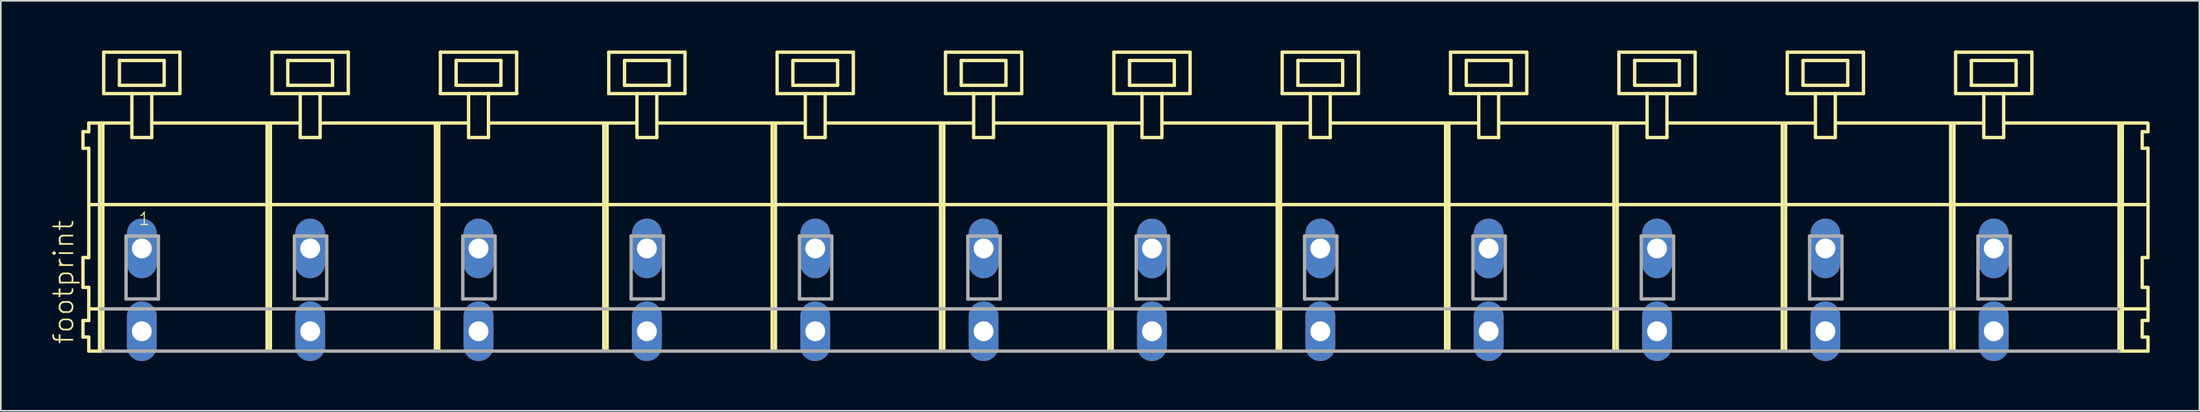
<source format=kicad_pcb>
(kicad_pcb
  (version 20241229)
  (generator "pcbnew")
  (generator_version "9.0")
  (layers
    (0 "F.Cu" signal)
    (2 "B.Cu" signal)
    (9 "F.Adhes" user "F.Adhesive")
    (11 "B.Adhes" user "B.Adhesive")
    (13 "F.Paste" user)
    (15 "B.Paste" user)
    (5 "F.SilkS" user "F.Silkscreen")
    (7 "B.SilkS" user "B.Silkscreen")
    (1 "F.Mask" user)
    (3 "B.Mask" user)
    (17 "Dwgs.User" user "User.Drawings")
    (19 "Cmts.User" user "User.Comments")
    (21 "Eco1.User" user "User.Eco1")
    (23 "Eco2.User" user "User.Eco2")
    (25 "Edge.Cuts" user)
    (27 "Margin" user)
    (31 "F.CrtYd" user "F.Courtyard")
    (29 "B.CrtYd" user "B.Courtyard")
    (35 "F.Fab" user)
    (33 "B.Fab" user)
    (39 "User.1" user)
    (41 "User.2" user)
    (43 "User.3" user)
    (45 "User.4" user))
  (footprint "footprint"
    (layer "F.Cu")
    (at 63.928 11.952)
    (property "Reference" "footprint" (at -62.455 5.855 90) (layer "F.SilkS") (effects (font (size 1.168 1.168) (thickness 0.102)) (justify left bottom)))
    (fp_line (start -61.97 -7.05) (end -61.97 -6.05) (stroke (width 0.203) (type solid)) (layer "F.SilkS"))
    (fp_line (start -61.97 -6.05) (end -61.62 -6.05) (stroke (width 0.203) (type solid)) (layer "F.SilkS"))
    (fp_line (start -61.97 0.55) (end -61.97 2.35) (stroke (width 0.203) (type solid)) (layer "F.SilkS"))
    (fp_line (start -61.97 2.35) (end -61.62 2.35) (stroke (width 0.203) (type solid)) (layer "F.SilkS"))
    (fp_line (start -61.97 4.35) (end -61.97 5.35) (stroke (width 0.203) (type solid)) (layer "F.SilkS"))
    (fp_line (start -61.97 5.35) (end -61.62 5.35) (stroke (width 0.203) (type solid)) (layer "F.SilkS"))
    (fp_line (start -61.62 -7.575) (end -61.62 -7.05) (stroke (width 0.203) (type solid)) (layer "F.SilkS"))
    (fp_line (start -61.62 -7.575) (end -59.045 -7.575) (stroke (width 0.203) (type solid)) (layer "F.SilkS"))
    (fp_line (start -61.62 -7.05) (end -61.97 -7.05) (stroke (width 0.203) (type solid)) (layer "F.SilkS"))
    (fp_line (start -61.62 -6.05) (end -61.62 0.55) (stroke (width 0.203) (type solid)) (layer "F.SilkS"))
    (fp_line (start -61.62 0.55) (end -61.97 0.55) (stroke (width 0.203) (type solid)) (layer "F.SilkS"))
    (fp_line (start -61.62 2.35) (end -61.62 4.35) (stroke (width 0.203) (type solid)) (layer "F.SilkS"))
    (fp_line (start -61.62 3.65) (end -60.92 3.65) (stroke (width 0.203) (type solid)) (layer "F.SilkS"))
    (fp_line (start -61.62 4.35) (end -61.97 4.35) (stroke (width 0.203) (type solid)) (layer "F.SilkS"))
    (fp_line (start -61.62 5.35) (end -61.62 6.2) (stroke (width 0.203) (type solid)) (layer "F.SilkS"))
    (fp_line (start -61.62 6.2) (end -60.97 6.2) (stroke (width 0.203) (type solid)) (layer "F.SilkS"))
    (fp_line (start -61.57 -2.65) (end 62.6 -2.65) (stroke (width 0.203) (type solid)) (layer "F.SilkS"))
    (fp_line (start -60.97 -7.55) (end -60.97 6.2) (stroke (width 0.203) (type solid)) (layer "F.SilkS"))
    (fp_line (start -60.97 6.2) (end -60.77 6.2) (stroke (width 0.203) (type solid)) (layer "F.SilkS"))
    (fp_line (start -60.77 -7.55) (end -60.77 6.2) (stroke (width 0.203) (type solid)) (layer "F.SilkS"))
    (fp_line (start -60.72 -11.85) (end -60.72 -9.35) (stroke (width 0.203) (type solid)) (layer "F.SilkS"))
    (fp_line (start -60.72 -9.35) (end -59.02 -9.35) (stroke (width 0.203) (type solid)) (layer "F.SilkS"))
    (fp_line (start -59.77 -11.35) (end -59.77 -9.85) (stroke (width 0.203) (type solid)) (layer "F.SilkS"))
    (fp_line (start -59.77 -9.85) (end -57.07 -9.85) (stroke (width 0.203) (type solid)) (layer "F.SilkS"))
    (fp_line (start -59.02 -9.35) (end -59.02 -6.7) (stroke (width 0.203) (type solid)) (layer "F.SilkS"))
    (fp_line (start -59.02 -9.35) (end -57.82 -9.35) (stroke (width 0.203) (type solid)) (layer "F.SilkS"))
    (fp_line (start -59.02 -6.7) (end -57.82 -6.7) (stroke (width 0.203) (type solid)) (layer "F.SilkS"))
    (fp_line (start -57.82 -9.35) (end -56.12 -9.35) (stroke (width 0.203) (type solid)) (layer "F.SilkS"))
    (fp_line (start -57.82 -6.7) (end -57.82 -9.35) (stroke (width 0.203) (type solid)) (layer "F.SilkS"))
    (fp_line (start -57.795 -7.575) (end -48.881 -7.575) (stroke (width 0.203) (type solid)) (layer "F.SilkS"))
    (fp_line (start -57.07 -11.35) (end -59.77 -11.35) (stroke (width 0.203) (type solid)) (layer "F.SilkS"))
    (fp_line (start -57.07 -9.85) (end -57.07 -11.35) (stroke (width 0.203) (type solid)) (layer "F.SilkS"))
    (fp_line (start -56.12 -11.85) (end -60.72 -11.85) (stroke (width 0.203) (type solid)) (layer "F.SilkS"))
    (fp_line (start -56.12 -9.35) (end -56.12 -11.85) (stroke (width 0.203) (type solid)) (layer "F.SilkS"))
    (fp_line (start -50.86 -7.55) (end -50.86 6.2) (stroke (width 0.203) (type solid)) (layer "F.SilkS"))
    (fp_line (start -50.66 -7.55) (end -50.66 6.2) (stroke (width 0.203) (type solid)) (layer "F.SilkS"))
    (fp_line (start -50.56 -11.85) (end -50.56 -9.35) (stroke (width 0.203) (type solid)) (layer "F.SilkS"))
    (fp_line (start -50.56 -9.35) (end -48.86 -9.35) (stroke (width 0.203) (type solid)) (layer "F.SilkS"))
    (fp_line (start -49.61 -11.35) (end -49.61 -9.85) (stroke (width 0.203) (type solid)) (layer "F.SilkS"))
    (fp_line (start -49.61 -9.85) (end -46.91 -9.85) (stroke (width 0.203) (type solid)) (layer "F.SilkS"))
    (fp_line (start -48.86 -9.35) (end -48.86 -6.7) (stroke (width 0.203) (type solid)) (layer "F.SilkS"))
    (fp_line (start -48.86 -9.35) (end -47.66 -9.35) (stroke (width 0.203) (type solid)) (layer "F.SilkS"))
    (fp_line (start -48.86 -6.7) (end -47.66 -6.7) (stroke (width 0.203) (type solid)) (layer "F.SilkS"))
    (fp_line (start -47.66 -9.35) (end -45.96 -9.35) (stroke (width 0.203) (type solid)) (layer "F.SilkS"))
    (fp_line (start -47.66 -6.7) (end -47.66 -9.35) (stroke (width 0.203) (type solid)) (layer "F.SilkS"))
    (fp_line (start -47.635 -7.575) (end -38.721 -7.575) (stroke (width 0.203) (type solid)) (layer "F.SilkS"))
    (fp_line (start -46.91 -11.35) (end -49.61 -11.35) (stroke (width 0.203) (type solid)) (layer "F.SilkS"))
    (fp_line (start -46.91 -9.85) (end -46.91 -11.35) (stroke (width 0.203) (type solid)) (layer "F.SilkS"))
    (fp_line (start -45.96 -11.85) (end -50.56 -11.85) (stroke (width 0.203) (type solid)) (layer "F.SilkS"))
    (fp_line (start -45.96 -9.35) (end -45.96 -11.85) (stroke (width 0.203) (type solid)) (layer "F.SilkS"))
    (fp_line (start -40.7 -7.55) (end -40.7 6.2) (stroke (width 0.203) (type solid)) (layer "F.SilkS"))
    (fp_line (start -40.5 -7.55) (end -40.5 6.2) (stroke (width 0.203) (type solid)) (layer "F.SilkS"))
    (fp_line (start -40.4 -11.85) (end -40.4 -9.35) (stroke (width 0.203) (type solid)) (layer "F.SilkS"))
    (fp_line (start -40.4 -9.35) (end -38.7 -9.35) (stroke (width 0.203) (type solid)) (layer "F.SilkS"))
    (fp_line (start -39.45 -11.35) (end -39.45 -9.85) (stroke (width 0.203) (type solid)) (layer "F.SilkS"))
    (fp_line (start -39.45 -9.85) (end -36.75 -9.85) (stroke (width 0.203) (type solid)) (layer "F.SilkS"))
    (fp_line (start -38.7 -9.35) (end -38.7 -6.7) (stroke (width 0.203) (type solid)) (layer "F.SilkS"))
    (fp_line (start -38.7 -9.35) (end -37.5 -9.35) (stroke (width 0.203) (type solid)) (layer "F.SilkS"))
    (fp_line (start -38.7 -6.7) (end -37.5 -6.7) (stroke (width 0.203) (type solid)) (layer "F.SilkS"))
    (fp_line (start -37.5 -9.35) (end -35.8 -9.35) (stroke (width 0.203) (type solid)) (layer "F.SilkS"))
    (fp_line (start -37.5 -6.7) (end -37.5 -9.35) (stroke (width 0.203) (type solid)) (layer "F.SilkS"))
    (fp_line (start -37.475 -7.575) (end -28.561 -7.575) (stroke (width 0.203) (type solid)) (layer "F.SilkS"))
    (fp_line (start -36.75 -11.35) (end -39.45 -11.35) (stroke (width 0.203) (type solid)) (layer "F.SilkS"))
    (fp_line (start -36.75 -9.85) (end -36.75 -11.35) (stroke (width 0.203) (type solid)) (layer "F.SilkS"))
    (fp_line (start -35.8 -11.85) (end -40.4 -11.85) (stroke (width 0.203) (type solid)) (layer "F.SilkS"))
    (fp_line (start -35.8 -9.35) (end -35.8 -11.85) (stroke (width 0.203) (type solid)) (layer "F.SilkS"))
    (fp_line (start -30.54 -7.55) (end -30.54 6.2) (stroke (width 0.203) (type solid)) (layer "F.SilkS"))
    (fp_line (start -30.34 -7.55) (end -30.34 6.2) (stroke (width 0.203) (type solid)) (layer "F.SilkS"))
    (fp_line (start -30.24 -11.85) (end -30.24 -9.35) (stroke (width 0.203) (type solid)) (layer "F.SilkS"))
    (fp_line (start -30.24 -9.35) (end -28.54 -9.35) (stroke (width 0.203) (type solid)) (layer "F.SilkS"))
    (fp_line (start -29.29 -11.35) (end -29.29 -9.85) (stroke (width 0.203) (type solid)) (layer "F.SilkS"))
    (fp_line (start -29.29 -9.85) (end -26.59 -9.85) (stroke (width 0.203) (type solid)) (layer "F.SilkS"))
    (fp_line (start -28.54 -9.35) (end -28.54 -6.7) (stroke (width 0.203) (type solid)) (layer "F.SilkS"))
    (fp_line (start -28.54 -9.35) (end -27.34 -9.35) (stroke (width 0.203) (type solid)) (layer "F.SilkS"))
    (fp_line (start -28.54 -6.7) (end -27.34 -6.7) (stroke (width 0.203) (type solid)) (layer "F.SilkS"))
    (fp_line (start -27.34 -9.35) (end -25.64 -9.35) (stroke (width 0.203) (type solid)) (layer "F.SilkS"))
    (fp_line (start -27.34 -6.7) (end -27.34 -9.35) (stroke (width 0.203) (type solid)) (layer "F.SilkS"))
    (fp_line (start -27.315 -7.575) (end -18.401 -7.575) (stroke (width 0.203) (type solid)) (layer "F.SilkS"))
    (fp_line (start -26.59 -11.35) (end -29.29 -11.35) (stroke (width 0.203) (type solid)) (layer "F.SilkS"))
    (fp_line (start -26.59 -9.85) (end -26.59 -11.35) (stroke (width 0.203) (type solid)) (layer "F.SilkS"))
    (fp_line (start -25.64 -11.85) (end -30.24 -11.85) (stroke (width 0.203) (type solid)) (layer "F.SilkS"))
    (fp_line (start -25.64 -9.35) (end -25.64 -11.85) (stroke (width 0.203) (type solid)) (layer "F.SilkS"))
    (fp_line (start -20.38 -7.55) (end -20.38 6.2) (stroke (width 0.203) (type solid)) (layer "F.SilkS"))
    (fp_line (start -20.18 -7.55) (end -20.18 6.2) (stroke (width 0.203) (type solid)) (layer "F.SilkS"))
    (fp_line (start -20.08 -11.85) (end -20.08 -9.35) (stroke (width 0.203) (type solid)) (layer "F.SilkS"))
    (fp_line (start -20.08 -9.35) (end -18.38 -9.35) (stroke (width 0.203) (type solid)) (layer "F.SilkS"))
    (fp_line (start -19.13 -11.35) (end -19.13 -9.85) (stroke (width 0.203) (type solid)) (layer "F.SilkS"))
    (fp_line (start -19.13 -9.85) (end -16.43 -9.85) (stroke (width 0.203) (type solid)) (layer "F.SilkS"))
    (fp_line (start -18.38 -9.35) (end -18.38 -6.7) (stroke (width 0.203) (type solid)) (layer "F.SilkS"))
    (fp_line (start -18.38 -9.35) (end -17.18 -9.35) (stroke (width 0.203) (type solid)) (layer "F.SilkS"))
    (fp_line (start -18.38 -6.7) (end -17.18 -6.7) (stroke (width 0.203) (type solid)) (layer "F.SilkS"))
    (fp_line (start -17.18 -9.35) (end -15.48 -9.35) (stroke (width 0.203) (type solid)) (layer "F.SilkS"))
    (fp_line (start -17.18 -6.7) (end -17.18 -9.35) (stroke (width 0.203) (type solid)) (layer "F.SilkS"))
    (fp_line (start -17.155 -7.575) (end -8.241 -7.575) (stroke (width 0.203) (type solid)) (layer "F.SilkS"))
    (fp_line (start -16.43 -11.35) (end -19.13 -11.35) (stroke (width 0.203) (type solid)) (layer "F.SilkS"))
    (fp_line (start -16.43 -9.85) (end -16.43 -11.35) (stroke (width 0.203) (type solid)) (layer "F.SilkS"))
    (fp_line (start -15.48 -11.85) (end -20.08 -11.85) (stroke (width 0.203) (type solid)) (layer "F.SilkS"))
    (fp_line (start -15.48 -9.35) (end -15.48 -11.85) (stroke (width 0.203) (type solid)) (layer "F.SilkS"))
    (fp_line (start -10.22 -7.55) (end -10.22 6.2) (stroke (width 0.203) (type solid)) (layer "F.SilkS"))
    (fp_line (start -10.02 -7.55) (end -10.02 6.2) (stroke (width 0.203) (type solid)) (layer "F.SilkS"))
    (fp_line (start -9.92 -11.85) (end -9.92 -9.35) (stroke (width 0.203) (type solid)) (layer "F.SilkS"))
    (fp_line (start -9.92 -9.35) (end -8.22 -9.35) (stroke (width 0.203) (type solid)) (layer "F.SilkS"))
    (fp_line (start -8.97 -11.35) (end -8.97 -9.85) (stroke (width 0.203) (type solid)) (layer "F.SilkS"))
    (fp_line (start -8.97 -9.85) (end -6.27 -9.85) (stroke (width 0.203) (type solid)) (layer "F.SilkS"))
    (fp_line (start -8.22 -9.35) (end -8.22 -6.7) (stroke (width 0.203) (type solid)) (layer "F.SilkS"))
    (fp_line (start -8.22 -9.35) (end -7.02 -9.35) (stroke (width 0.203) (type solid)) (layer "F.SilkS"))
    (fp_line (start -8.22 -6.7) (end -7.02 -6.7) (stroke (width 0.203) (type solid)) (layer "F.SilkS"))
    (fp_line (start -7.02 -9.35) (end -5.32 -9.35) (stroke (width 0.203) (type solid)) (layer "F.SilkS"))
    (fp_line (start -7.02 -6.7) (end -7.02 -9.35) (stroke (width 0.203) (type solid)) (layer "F.SilkS"))
    (fp_line (start -6.995 -7.575) (end 1.919 -7.575) (stroke (width 0.203) (type solid)) (layer "F.SilkS"))
    (fp_line (start -6.27 -11.35) (end -8.97 -11.35) (stroke (width 0.203) (type solid)) (layer "F.SilkS"))
    (fp_line (start -6.27 -9.85) (end -6.27 -11.35) (stroke (width 0.203) (type solid)) (layer "F.SilkS"))
    (fp_line (start -5.32 -11.85) (end -9.92 -11.85) (stroke (width 0.203) (type solid)) (layer "F.SilkS"))
    (fp_line (start -5.32 -9.35) (end -5.32 -11.85) (stroke (width 0.203) (type solid)) (layer "F.SilkS"))
    (fp_line (start -0.06 -7.55) (end -0.06 6.2) (stroke (width 0.203) (type solid)) (layer "F.SilkS"))
    (fp_line (start 0.14 -7.55) (end 0.14 6.2) (stroke (width 0.203) (type solid)) (layer "F.SilkS"))
    (fp_line (start 0.24 -11.85) (end 0.24 -9.35) (stroke (width 0.203) (type solid)) (layer "F.SilkS"))
    (fp_line (start 0.24 -9.35) (end 1.94 -9.35) (stroke (width 0.203) (type solid)) (layer "F.SilkS"))
    (fp_line (start 1.19 -11.35) (end 1.19 -9.85) (stroke (width 0.203) (type solid)) (layer "F.SilkS"))
    (fp_line (start 1.19 -9.85) (end 3.89 -9.85) (stroke (width 0.203) (type solid)) (layer "F.SilkS"))
    (fp_line (start 1.94 -9.35) (end 1.94 -6.7) (stroke (width 0.203) (type solid)) (layer "F.SilkS"))
    (fp_line (start 1.94 -9.35) (end 3.14 -9.35) (stroke (width 0.203) (type solid)) (layer "F.SilkS"))
    (fp_line (start 1.94 -6.7) (end 3.14 -6.7) (stroke (width 0.203) (type solid)) (layer "F.SilkS"))
    (fp_line (start 3.14 -9.35) (end 4.84 -9.35) (stroke (width 0.203) (type solid)) (layer "F.SilkS"))
    (fp_line (start 3.14 -6.7) (end 3.14 -9.35) (stroke (width 0.203) (type solid)) (layer "F.SilkS"))
    (fp_line (start 3.165 -7.575) (end 12.079 -7.575) (stroke (width 0.203) (type solid)) (layer "F.SilkS"))
    (fp_line (start 3.89 -11.35) (end 1.19 -11.35) (stroke (width 0.203) (type solid)) (layer "F.SilkS"))
    (fp_line (start 3.89 -9.85) (end 3.89 -11.35) (stroke (width 0.203) (type solid)) (layer "F.SilkS"))
    (fp_line (start 4.84 -11.85) (end 0.24 -11.85) (stroke (width 0.203) (type solid)) (layer "F.SilkS"))
    (fp_line (start 4.84 -9.35) (end 4.84 -11.85) (stroke (width 0.203) (type solid)) (layer "F.SilkS"))
    (fp_line (start 10.1 -7.55) (end 10.1 6.2) (stroke (width 0.203) (type solid)) (layer "F.SilkS"))
    (fp_line (start 10.3 -7.55) (end 10.3 6.2) (stroke (width 0.203) (type solid)) (layer "F.SilkS"))
    (fp_line (start 10.4 -11.85) (end 10.4 -9.35) (stroke (width 0.203) (type solid)) (layer "F.SilkS"))
    (fp_line (start 10.4 -9.35) (end 12.1 -9.35) (stroke (width 0.203) (type solid)) (layer "F.SilkS"))
    (fp_line (start 11.35 -11.35) (end 11.35 -9.85) (stroke (width 0.203) (type solid)) (layer "F.SilkS"))
    (fp_line (start 11.35 -9.85) (end 14.05 -9.85) (stroke (width 0.203) (type solid)) (layer "F.SilkS"))
    (fp_line (start 12.1 -9.35) (end 12.1 -6.7) (stroke (width 0.203) (type solid)) (layer "F.SilkS"))
    (fp_line (start 12.1 -9.35) (end 13.3 -9.35) (stroke (width 0.203) (type solid)) (layer "F.SilkS"))
    (fp_line (start 12.1 -6.7) (end 13.3 -6.7) (stroke (width 0.203) (type solid)) (layer "F.SilkS"))
    (fp_line (start 13.3 -9.35) (end 15 -9.35) (stroke (width 0.203) (type solid)) (layer "F.SilkS"))
    (fp_line (start 13.3 -6.7) (end 13.3 -9.35) (stroke (width 0.203) (type solid)) (layer "F.SilkS"))
    (fp_line (start 13.325 -7.575) (end 22.239 -7.575) (stroke (width 0.203) (type solid)) (layer "F.SilkS"))
    (fp_line (start 14.05 -11.35) (end 11.35 -11.35) (stroke (width 0.203) (type solid)) (layer "F.SilkS"))
    (fp_line (start 14.05 -9.85) (end 14.05 -11.35) (stroke (width 0.203) (type solid)) (layer "F.SilkS"))
    (fp_line (start 15 -11.85) (end 10.4 -11.85) (stroke (width 0.203) (type solid)) (layer "F.SilkS"))
    (fp_line (start 15 -9.35) (end 15 -11.85) (stroke (width 0.203) (type solid)) (layer "F.SilkS"))
    (fp_line (start 20.26 -7.55) (end 20.26 6.2) (stroke (width 0.203) (type solid)) (layer "F.SilkS"))
    (fp_line (start 20.46 -7.55) (end 20.46 6.2) (stroke (width 0.203) (type solid)) (layer "F.SilkS"))
    (fp_line (start 20.56 -11.85) (end 20.56 -9.35) (stroke (width 0.203) (type solid)) (layer "F.SilkS"))
    (fp_line (start 20.56 -9.35) (end 22.26 -9.35) (stroke (width 0.203) (type solid)) (layer "F.SilkS"))
    (fp_line (start 21.51 -11.35) (end 21.51 -9.85) (stroke (width 0.203) (type solid)) (layer "F.SilkS"))
    (fp_line (start 21.51 -9.85) (end 24.21 -9.85) (stroke (width 0.203) (type solid)) (layer "F.SilkS"))
    (fp_line (start 22.26 -9.35) (end 22.26 -6.7) (stroke (width 0.203) (type solid)) (layer "F.SilkS"))
    (fp_line (start 22.26 -9.35) (end 23.46 -9.35) (stroke (width 0.203) (type solid)) (layer "F.SilkS"))
    (fp_line (start 22.26 -6.7) (end 23.46 -6.7) (stroke (width 0.203) (type solid)) (layer "F.SilkS"))
    (fp_line (start 23.46 -9.35) (end 25.16 -9.35) (stroke (width 0.203) (type solid)) (layer "F.SilkS"))
    (fp_line (start 23.46 -6.7) (end 23.46 -9.35) (stroke (width 0.203) (type solid)) (layer "F.SilkS"))
    (fp_line (start 23.485 -7.575) (end 32.399 -7.575) (stroke (width 0.203) (type solid)) (layer "F.SilkS"))
    (fp_line (start 24.21 -11.35) (end 21.51 -11.35) (stroke (width 0.203) (type solid)) (layer "F.SilkS"))
    (fp_line (start 24.21 -9.85) (end 24.21 -11.35) (stroke (width 0.203) (type solid)) (layer "F.SilkS"))
    (fp_line (start 25.16 -11.85) (end 20.56 -11.85) (stroke (width 0.203) (type solid)) (layer "F.SilkS"))
    (fp_line (start 25.16 -9.35) (end 25.16 -11.85) (stroke (width 0.203) (type solid)) (layer "F.SilkS"))
    (fp_line (start 30.42 -7.55) (end 30.42 6.2) (stroke (width 0.203) (type solid)) (layer "F.SilkS"))
    (fp_line (start 30.62 -7.55) (end 30.62 6.2) (stroke (width 0.203) (type solid)) (layer "F.SilkS"))
    (fp_line (start 30.72 -11.85) (end 30.72 -9.35) (stroke (width 0.203) (type solid)) (layer "F.SilkS"))
    (fp_line (start 30.72 -9.35) (end 32.42 -9.35) (stroke (width 0.203) (type solid)) (layer "F.SilkS"))
    (fp_line (start 31.67 -11.35) (end 31.67 -9.85) (stroke (width 0.203) (type solid)) (layer "F.SilkS"))
    (fp_line (start 31.67 -9.85) (end 34.37 -9.85) (stroke (width 0.203) (type solid)) (layer "F.SilkS"))
    (fp_line (start 32.42 -9.35) (end 32.42 -6.7) (stroke (width 0.203) (type solid)) (layer "F.SilkS"))
    (fp_line (start 32.42 -9.35) (end 33.62 -9.35) (stroke (width 0.203) (type solid)) (layer "F.SilkS"))
    (fp_line (start 32.42 -6.7) (end 33.62 -6.7) (stroke (width 0.203) (type solid)) (layer "F.SilkS"))
    (fp_line (start 33.62 -9.35) (end 35.32 -9.35) (stroke (width 0.203) (type solid)) (layer "F.SilkS"))
    (fp_line (start 33.62 -6.7) (end 33.62 -9.35) (stroke (width 0.203) (type solid)) (layer "F.SilkS"))
    (fp_line (start 33.645 -7.575) (end 42.559 -7.575) (stroke (width 0.203) (type solid)) (layer "F.SilkS"))
    (fp_line (start 34.37 -11.35) (end 31.67 -11.35) (stroke (width 0.203) (type solid)) (layer "F.SilkS"))
    (fp_line (start 34.37 -9.85) (end 34.37 -11.35) (stroke (width 0.203) (type solid)) (layer "F.SilkS"))
    (fp_line (start 35.32 -11.85) (end 30.72 -11.85) (stroke (width 0.203) (type solid)) (layer "F.SilkS"))
    (fp_line (start 35.32 -9.35) (end 35.32 -11.85) (stroke (width 0.203) (type solid)) (layer "F.SilkS"))
    (fp_line (start 40.58 -7.55) (end 40.58 6.2) (stroke (width 0.203) (type solid)) (layer "F.SilkS"))
    (fp_line (start 40.78 -7.55) (end 40.78 6.2) (stroke (width 0.203) (type solid)) (layer "F.SilkS"))
    (fp_line (start 40.88 -11.85) (end 40.88 -9.35) (stroke (width 0.203) (type solid)) (layer "F.SilkS"))
    (fp_line (start 40.88 -9.35) (end 42.58 -9.35) (stroke (width 0.203) (type solid)) (layer "F.SilkS"))
    (fp_line (start 41.83 -11.35) (end 41.83 -9.85) (stroke (width 0.203) (type solid)) (layer "F.SilkS"))
    (fp_line (start 41.83 -9.85) (end 44.53 -9.85) (stroke (width 0.203) (type solid)) (layer "F.SilkS"))
    (fp_line (start 42.58 -9.35) (end 42.58 -6.7) (stroke (width 0.203) (type solid)) (layer "F.SilkS"))
    (fp_line (start 42.58 -9.35) (end 43.78 -9.35) (stroke (width 0.203) (type solid)) (layer "F.SilkS"))
    (fp_line (start 42.58 -6.7) (end 43.78 -6.7) (stroke (width 0.203) (type solid)) (layer "F.SilkS"))
    (fp_line (start 43.78 -9.35) (end 45.48 -9.35) (stroke (width 0.203) (type solid)) (layer "F.SilkS"))
    (fp_line (start 43.78 -6.7) (end 43.78 -9.35) (stroke (width 0.203) (type solid)) (layer "F.SilkS"))
    (fp_line (start 43.805 -7.575) (end 52.719 -7.575) (stroke (width 0.203) (type solid)) (layer "F.SilkS"))
    (fp_line (start 44.53 -11.35) (end 41.83 -11.35) (stroke (width 0.203) (type solid)) (layer "F.SilkS"))
    (fp_line (start 44.53 -9.85) (end 44.53 -11.35) (stroke (width 0.203) (type solid)) (layer "F.SilkS"))
    (fp_line (start 45.48 -11.85) (end 40.88 -11.85) (stroke (width 0.203) (type solid)) (layer "F.SilkS"))
    (fp_line (start 45.48 -9.35) (end 45.48 -11.85) (stroke (width 0.203) (type solid)) (layer "F.SilkS"))
    (fp_line (start 50.74 -7.55) (end 50.74 6.2) (stroke (width 0.203) (type solid)) (layer "F.SilkS"))
    (fp_line (start 50.94 -7.55) (end 50.94 6.2) (stroke (width 0.203) (type solid)) (layer "F.SilkS"))
    (fp_line (start 51.04 -11.85) (end 51.04 -9.35) (stroke (width 0.203) (type solid)) (layer "F.SilkS"))
    (fp_line (start 51.04 -9.35) (end 52.74 -9.35) (stroke (width 0.203) (type solid)) (layer "F.SilkS"))
    (fp_line (start 51.99 -11.35) (end 51.99 -9.85) (stroke (width 0.203) (type solid)) (layer "F.SilkS"))
    (fp_line (start 51.99 -9.85) (end 54.69 -9.85) (stroke (width 0.203) (type solid)) (layer "F.SilkS"))
    (fp_line (start 52.74 -9.35) (end 52.74 -6.7) (stroke (width 0.203) (type solid)) (layer "F.SilkS"))
    (fp_line (start 52.74 -9.35) (end 53.94 -9.35) (stroke (width 0.203) (type solid)) (layer "F.SilkS"))
    (fp_line (start 52.74 -6.7) (end 53.94 -6.7) (stroke (width 0.203) (type solid)) (layer "F.SilkS"))
    (fp_line (start 53.94 -9.35) (end 55.64 -9.35) (stroke (width 0.203) (type solid)) (layer "F.SilkS"))
    (fp_line (start 53.94 -6.7) (end 53.94 -9.35) (stroke (width 0.203) (type solid)) (layer "F.SilkS"))
    (fp_line (start 53.965 -7.575) (end 62.625 -7.575) (stroke (width 0.203) (type solid)) (layer "F.SilkS"))
    (fp_line (start 54.69 -11.35) (end 51.99 -11.35) (stroke (width 0.203) (type solid)) (layer "F.SilkS"))
    (fp_line (start 54.69 -9.85) (end 54.69 -11.35) (stroke (width 0.203) (type solid)) (layer "F.SilkS"))
    (fp_line (start 55.64 -11.85) (end 51.04 -11.85) (stroke (width 0.203) (type solid)) (layer "F.SilkS"))
    (fp_line (start 55.64 -9.35) (end 55.64 -11.85) (stroke (width 0.203) (type solid)) (layer "F.SilkS"))
    (fp_line (start 60.9 -7.55) (end 60.9 6.2) (stroke (width 0.203) (type solid)) (layer "F.SilkS"))
    (fp_line (start 60.9 6.2) (end 62.65 6.2) (stroke (width 0.203) (type solid)) (layer "F.SilkS"))
    (fp_line (start 60.95 3.65) (end 62.65 3.65) (stroke (width 0.203) (type solid)) (layer "F.SilkS"))
    (fp_line (start 61.1 -7.55) (end 61.1 6.2) (stroke (width 0.203) (type solid)) (layer "F.SilkS"))
    (fp_line (start 62.3 -7.05) (end 62.3 -6.05) (stroke (width 0.203) (type solid)) (layer "F.SilkS"))
    (fp_line (start 62.3 -6.05) (end 62.65 -6.05) (stroke (width 0.203) (type solid)) (layer "F.SilkS"))
    (fp_line (start 62.3 0.55) (end 62.3 2.35) (stroke (width 0.203) (type solid)) (layer "F.SilkS"))
    (fp_line (start 62.3 2.35) (end 62.65 2.35) (stroke (width 0.203) (type solid)) (layer "F.SilkS"))
    (fp_line (start 62.3 4.35) (end 62.3 5.35) (stroke (width 0.203) (type solid)) (layer "F.SilkS"))
    (fp_line (start 62.3 5.35) (end 62.65 5.35) (stroke (width 0.203) (type solid)) (layer "F.SilkS"))
    (fp_line (start 62.65 -7.05) (end 62.3 -7.05) (stroke (width 0.203) (type solid)) (layer "F.SilkS"))
    (fp_line (start 62.65 -7.05) (end 62.65 -7.55) (stroke (width 0.203) (type solid)) (layer "F.SilkS"))
    (fp_line (start 62.65 0.55) (end 62.3 0.55) (stroke (width 0.203) (type solid)) (layer "F.SilkS"))
    (fp_line (start 62.65 0.55) (end 62.65 -6.05) (stroke (width 0.203) (type solid)) (layer "F.SilkS"))
    (fp_line (start 62.65 3.65) (end 62.65 2.35) (stroke (width 0.203) (type solid)) (layer "F.SilkS"))
    (fp_line (start 62.65 4.35) (end 62.3 4.35) (stroke (width 0.203) (type solid)) (layer "F.SilkS"))
    (fp_line (start 62.65 4.35) (end 62.65 3.65) (stroke (width 0.203) (type solid)) (layer "F.SilkS"))
    (fp_line (start 62.65 6.2) (end 62.65 5.35) (stroke (width 0.203) (type solid)) (layer "F.SilkS"))
    (fp_line (start -60.92 3.65) (end 60.9 3.65) (stroke (width 0.203) (type solid)) (layer "F.Fab"))
    (fp_line (start -60.77 6.2) (end 60.9 6.2) (stroke (width 0.203) (type solid)) (layer "F.Fab"))
    (fp_line (start -59.37 -0.75) (end -59.37 3.05) (stroke (width 0.203) (type solid)) (layer "F.Fab"))
    (fp_line (start -59.37 3.05) (end -57.42 3.05) (stroke (width 0.203) (type solid)) (layer "F.Fab"))
    (fp_line (start -57.42 -0.75) (end -59.37 -0.75) (stroke (width 0.203) (type solid)) (layer "F.Fab"))
    (fp_line (start -57.42 3.05) (end -57.42 -0.75) (stroke (width 0.203) (type solid)) (layer "F.Fab"))
    (fp_line (start -49.21 -0.75) (end -49.21 3.05) (stroke (width 0.203) (type solid)) (layer "F.Fab"))
    (fp_line (start -49.21 3.05) (end -47.26 3.05) (stroke (width 0.203) (type solid)) (layer "F.Fab"))
    (fp_line (start -47.26 -0.75) (end -49.21 -0.75) (stroke (width 0.203) (type solid)) (layer "F.Fab"))
    (fp_line (start -47.26 3.05) (end -47.26 -0.75) (stroke (width 0.203) (type solid)) (layer "F.Fab"))
    (fp_line (start -39.05 -0.75) (end -39.05 3.05) (stroke (width 0.203) (type solid)) (layer "F.Fab"))
    (fp_line (start -39.05 3.05) (end -37.1 3.05) (stroke (width 0.203) (type solid)) (layer "F.Fab"))
    (fp_line (start -37.1 -0.75) (end -39.05 -0.75) (stroke (width 0.203) (type solid)) (layer "F.Fab"))
    (fp_line (start -37.1 3.05) (end -37.1 -0.75) (stroke (width 0.203) (type solid)) (layer "F.Fab"))
    (fp_line (start -28.89 -0.75) (end -28.89 3.05) (stroke (width 0.203) (type solid)) (layer "F.Fab"))
    (fp_line (start -28.89 3.05) (end -26.94 3.05) (stroke (width 0.203) (type solid)) (layer "F.Fab"))
    (fp_line (start -26.94 -0.75) (end -28.89 -0.75) (stroke (width 0.203) (type solid)) (layer "F.Fab"))
    (fp_line (start -26.94 3.05) (end -26.94 -0.75) (stroke (width 0.203) (type solid)) (layer "F.Fab"))
    (fp_line (start -18.73 -0.75) (end -18.73 3.05) (stroke (width 0.203) (type solid)) (layer "F.Fab"))
    (fp_line (start -18.73 3.05) (end -16.78 3.05) (stroke (width 0.203) (type solid)) (layer "F.Fab"))
    (fp_line (start -16.78 -0.75) (end -18.73 -0.75) (stroke (width 0.203) (type solid)) (layer "F.Fab"))
    (fp_line (start -16.78 3.05) (end -16.78 -0.75) (stroke (width 0.203) (type solid)) (layer "F.Fab"))
    (fp_line (start -8.57 -0.75) (end -8.57 3.05) (stroke (width 0.203) (type solid)) (layer "F.Fab"))
    (fp_line (start -8.57 3.05) (end -6.62 3.05) (stroke (width 0.203) (type solid)) (layer "F.Fab"))
    (fp_line (start -6.62 -0.75) (end -8.57 -0.75) (stroke (width 0.203) (type solid)) (layer "F.Fab"))
    (fp_line (start -6.62 3.05) (end -6.62 -0.75) (stroke (width 0.203) (type solid)) (layer "F.Fab"))
    (fp_line (start 1.59 -0.75) (end 1.59 3.05) (stroke (width 0.203) (type solid)) (layer "F.Fab"))
    (fp_line (start 1.59 3.05) (end 3.54 3.05) (stroke (width 0.203) (type solid)) (layer "F.Fab"))
    (fp_line (start 3.54 -0.75) (end 1.59 -0.75) (stroke (width 0.203) (type solid)) (layer "F.Fab"))
    (fp_line (start 3.54 3.05) (end 3.54 -0.75) (stroke (width 0.203) (type solid)) (layer "F.Fab"))
    (fp_line (start 11.75 -0.75) (end 11.75 3.05) (stroke (width 0.203) (type solid)) (layer "F.Fab"))
    (fp_line (start 11.75 3.05) (end 13.7 3.05) (stroke (width 0.203) (type solid)) (layer "F.Fab"))
    (fp_line (start 13.7 -0.75) (end 11.75 -0.75) (stroke (width 0.203) (type solid)) (layer "F.Fab"))
    (fp_line (start 13.7 3.05) (end 13.7 -0.75) (stroke (width 0.203) (type solid)) (layer "F.Fab"))
    (fp_line (start 21.91 -0.75) (end 21.91 3.05) (stroke (width 0.203) (type solid)) (layer "F.Fab"))
    (fp_line (start 21.91 3.05) (end 23.86 3.05) (stroke (width 0.203) (type solid)) (layer "F.Fab"))
    (fp_line (start 23.86 -0.75) (end 21.91 -0.75) (stroke (width 0.203) (type solid)) (layer "F.Fab"))
    (fp_line (start 23.86 3.05) (end 23.86 -0.75) (stroke (width 0.203) (type solid)) (layer "F.Fab"))
    (fp_line (start 32.07 -0.75) (end 32.07 3.05) (stroke (width 0.203) (type solid)) (layer "F.Fab"))
    (fp_line (start 32.07 3.05) (end 34.02 3.05) (stroke (width 0.203) (type solid)) (layer "F.Fab"))
    (fp_line (start 34.02 -0.75) (end 32.07 -0.75) (stroke (width 0.203) (type solid)) (layer "F.Fab"))
    (fp_line (start 34.02 3.05) (end 34.02 -0.75) (stroke (width 0.203) (type solid)) (layer "F.Fab"))
    (fp_line (start 42.23 -0.75) (end 42.23 3.05) (stroke (width 0.203) (type solid)) (layer "F.Fab"))
    (fp_line (start 42.23 3.05) (end 44.18 3.05) (stroke (width 0.203) (type solid)) (layer "F.Fab"))
    (fp_line (start 44.18 -0.75) (end 42.23 -0.75) (stroke (width 0.203) (type solid)) (layer "F.Fab"))
    (fp_line (start 44.18 3.05) (end 44.18 -0.75) (stroke (width 0.203) (type solid)) (layer "F.Fab"))
    (fp_line (start 52.39 -0.75) (end 52.39 3.05) (stroke (width 0.203) (type solid)) (layer "F.Fab"))
    (fp_line (start 52.39 3.05) (end 54.34 3.05) (stroke (width 0.203) (type solid)) (layer "F.Fab"))
    (fp_line (start 54.34 -0.75) (end 52.39 -0.75) (stroke (width 0.203) (type solid)) (layer "F.Fab"))
    (fp_line (start 54.34 3.05) (end 54.34 -0.75) (stroke (width 0.203) (type solid)) (layer "F.Fab"))
    (fp_text user "1" (at -58.67 -1.35 0) (layer "F.SilkS") (effects (font (size 0.748 0.748) (thickness 0.065)) (justify left bottom)))
    (pad "A1" thru_hole oval (at -58.42 0 90) (size 3.6 1.8) (drill 1.2) (layers "*.Cu" "*.Mask"))
    (pad "A2" thru_hole oval (at -48.26 0 90) (size 3.6 1.8) (drill 1.2) (layers "*.Cu" "*.Mask"))
    (pad "A3" thru_hole oval (at -38.1 0 90) (size 3.6 1.8) (drill 1.2) (layers "*.Cu" "*.Mask"))
    (pad "A4" thru_hole oval (at -27.94 0 90) (size 3.6 1.8) (drill 1.2) (layers "*.Cu" "*.Mask"))
    (pad "A5" thru_hole oval (at -17.78 0 90) (size 3.6 1.8) (drill 1.2) (layers "*.Cu" "*.Mask"))
    (pad "A6" thru_hole oval (at -7.62 0 90) (size 3.6 1.8) (drill 1.2) (layers "*.Cu" "*.Mask"))
    (pad "A7" thru_hole oval (at 2.54 0 90) (size 3.6 1.8) (drill 1.2) (layers "*.Cu" "*.Mask"))
    (pad "A8" thru_hole oval (at 12.7 0 90) (size 3.6 1.8) (drill 1.2) (layers "*.Cu" "*.Mask"))
    (pad "A9" thru_hole oval (at 22.86 0 90) (size 3.6 1.8) (drill 1.2) (layers "*.Cu" "*.Mask"))
    (pad "A10" thru_hole oval (at 33.02 0 90) (size 3.6 1.8) (drill 1.2) (layers "*.Cu" "*.Mask"))
    (pad "A11" thru_hole oval (at 43.18 0 90) (size 3.6 1.8) (drill 1.2) (layers "*.Cu" "*.Mask"))
    (pad "A12" thru_hole oval (at 53.34 0 90) (size 3.6 1.8) (drill 1.2) (layers "*.Cu" "*.Mask"))
    (pad "B1" thru_hole oval (at -58.42 5 90) (size 3.6 1.8) (drill 1.2) (layers "*.Cu" "*.Mask"))
    (pad "B2" thru_hole oval (at -48.26 5 90) (size 3.6 1.8) (drill 1.2) (layers "*.Cu" "*.Mask"))
    (pad "B3" thru_hole oval (at -38.1 5 90) (size 3.6 1.8) (drill 1.2) (layers "*.Cu" "*.Mask"))
    (pad "B4" thru_hole oval (at -27.94 5 90) (size 3.6 1.8) (drill 1.2) (layers "*.Cu" "*.Mask"))
    (pad "B5" thru_hole oval (at -17.78 5 90) (size 3.6 1.8) (drill 1.2) (layers "*.Cu" "*.Mask"))
    (pad "B6" thru_hole oval (at -7.62 5 90) (size 3.6 1.8) (drill 1.2) (layers "*.Cu" "*.Mask"))
    (pad "B7" thru_hole oval (at 2.54 5 90) (size 3.6 1.8) (drill 1.2) (layers "*.Cu" "*.Mask"))
    (pad "B8" thru_hole oval (at 12.7 5 90) (size 3.6 1.8) (drill 1.2) (layers "*.Cu" "*.Mask"))
    (pad "B9" thru_hole oval (at 22.86 5 90) (size 3.6 1.8) (drill 1.2) (layers "*.Cu" "*.Mask"))
    (pad "B10" thru_hole oval (at 33.02 5 90) (size 3.6 1.8) (drill 1.2) (layers "*.Cu" "*.Mask"))
    (pad "B11" thru_hole oval (at 43.18 5 90) (size 3.6 1.8) (drill 1.2) (layers "*.Cu" "*.Mask"))
    (pad "B12" thru_hole oval (at 53.34 5 90) (size 3.6 1.8) (drill 1.2) (layers "*.Cu" "*.Mask")))
  (gr_rect
    (start -3 -3)
    (end 129.68 21.752)
    (stroke (width 0.1) (type default))
    (fill no)
    (layer "Edge.Cuts")))
</source>
